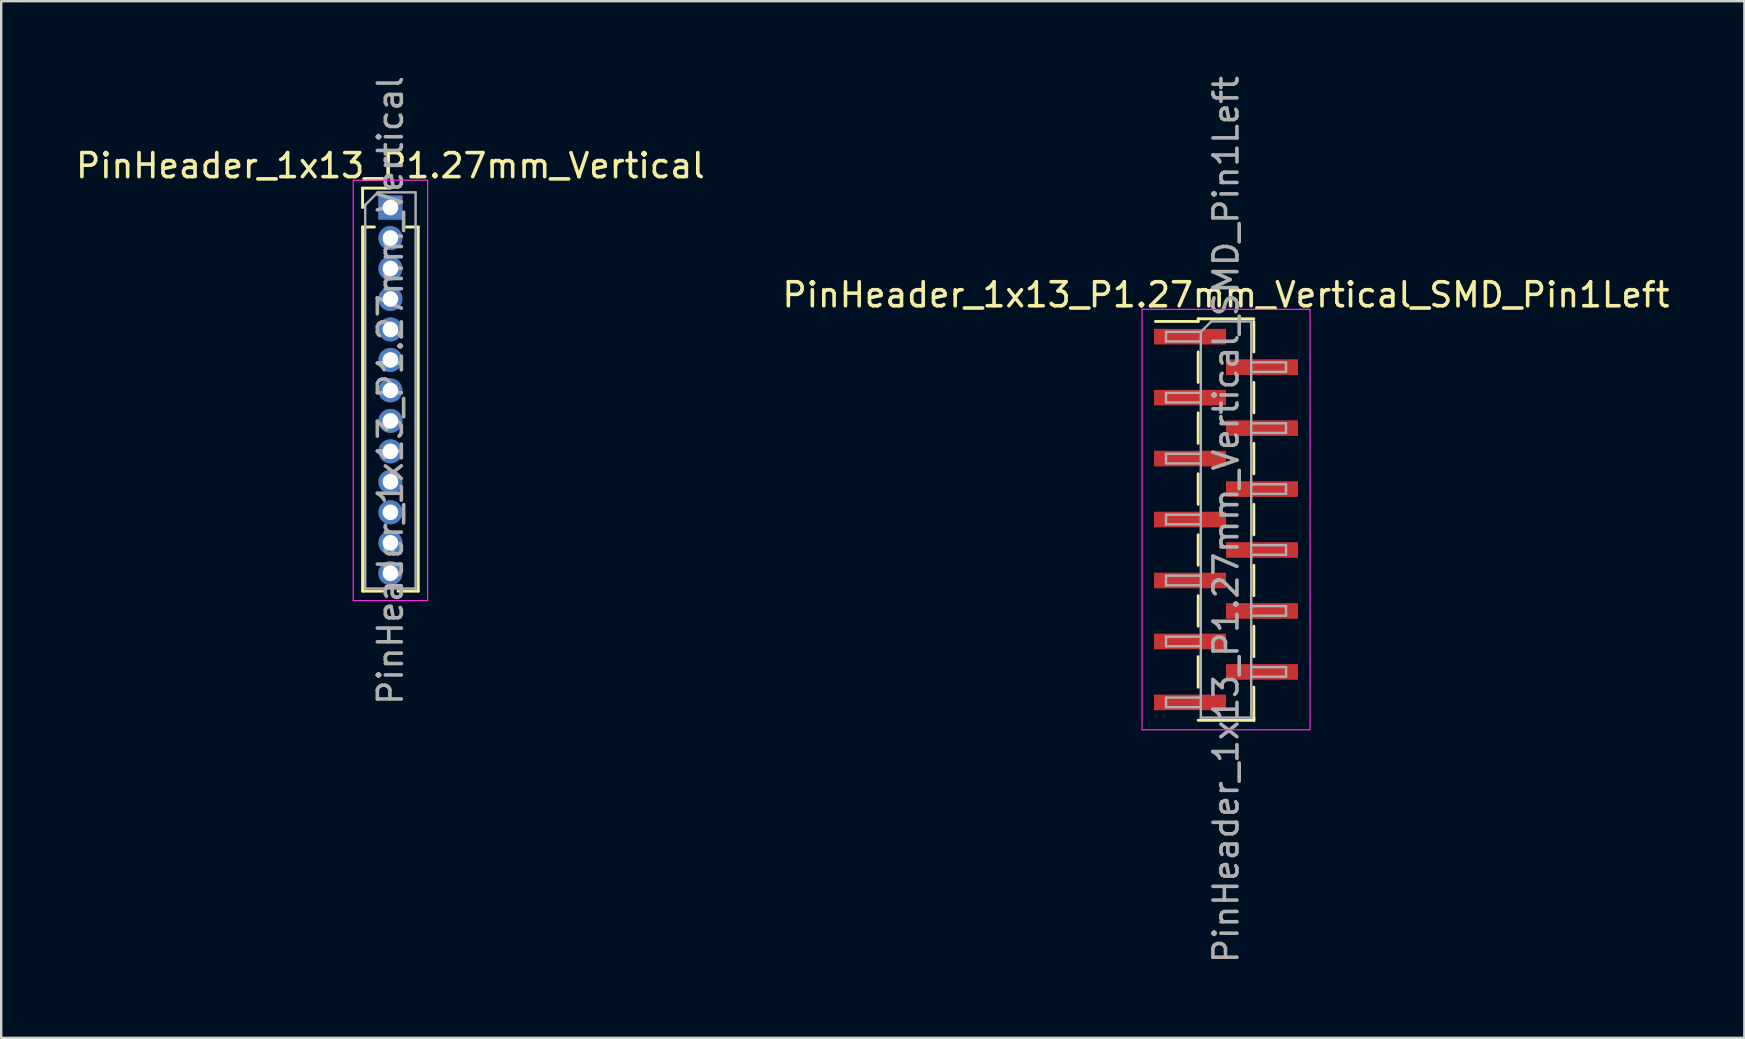
<source format=kicad_pcb>
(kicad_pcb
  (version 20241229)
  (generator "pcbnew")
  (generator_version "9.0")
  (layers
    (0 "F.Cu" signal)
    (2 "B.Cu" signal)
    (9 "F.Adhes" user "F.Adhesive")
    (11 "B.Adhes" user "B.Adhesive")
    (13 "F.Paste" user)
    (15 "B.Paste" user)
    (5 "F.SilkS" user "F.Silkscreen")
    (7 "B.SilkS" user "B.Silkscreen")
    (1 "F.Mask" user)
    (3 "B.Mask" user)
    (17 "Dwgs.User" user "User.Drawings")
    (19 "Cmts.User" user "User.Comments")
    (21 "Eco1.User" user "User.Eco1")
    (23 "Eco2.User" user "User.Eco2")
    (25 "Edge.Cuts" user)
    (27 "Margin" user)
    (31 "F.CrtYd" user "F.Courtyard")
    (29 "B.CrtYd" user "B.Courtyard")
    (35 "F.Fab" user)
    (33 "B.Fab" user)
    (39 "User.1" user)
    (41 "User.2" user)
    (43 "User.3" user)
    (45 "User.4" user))
  (footprint "PinHeader_1x13_P1.27mm_Vertical"
    (layer "F.Cu")
    (at 13.22 5.6)
    (property "Reference" "PinHeader_1x13_P1.27mm_Vertical" (at 0 -1.745 0) (layer "F.SilkS") (effects (font (size 1 1) (thickness 0.15))))
    (attr through_hole)
    (fp_line (start -1.16 -0.81) (end 0 -0.81) (stroke (width 0.12) (type solid)) (layer "F.SilkS"))
    (fp_line (start -1.16 0) (end -1.16 -0.81) (stroke (width 0.12) (type solid)) (layer "F.SilkS"))
    (fp_line (start -1.16 0.81) (end -1.16 15.985) (stroke (width 0.12) (type solid)) (layer "F.SilkS"))
    (fp_line (start -1.16 0.81) (end -0.667 0.81) (stroke (width 0.12) (type solid)) (layer "F.SilkS"))
    (fp_line (start -1.16 15.985) (end -0.318 15.985) (stroke (width 0.12) (type solid)) (layer "F.SilkS"))
    (fp_line (start 0.318 15.985) (end 1.16 15.985) (stroke (width 0.12) (type solid)) (layer "F.SilkS"))
    (fp_line (start 0.667 0.81) (end 1.16 0.81) (stroke (width 0.12) (type solid)) (layer "F.SilkS"))
    (fp_line (start 1.16 0.81) (end 1.16 15.985) (stroke (width 0.12) (type solid)) (layer "F.SilkS"))
    (fp_line (start -1.55 -1.14) (end -1.55 16.38) (stroke (width 0.05) (type solid)) (layer "F.CrtYd"))
    (fp_line (start -1.55 16.38) (end 1.55 16.38) (stroke (width 0.05) (type solid)) (layer "F.CrtYd"))
    (fp_line (start 1.55 -1.14) (end -1.55 -1.14) (stroke (width 0.05) (type solid)) (layer "F.CrtYd"))
    (fp_line (start 1.55 16.38) (end 1.55 -1.14) (stroke (width 0.05) (type solid)) (layer "F.CrtYd"))
    (fp_line (start -1.05 -0.11) (end -0.525 -0.635) (stroke (width 0.1) (type solid)) (layer "F.Fab"))
    (fp_line (start -1.05 15.875) (end -1.05 -0.11) (stroke (width 0.1) (type solid)) (layer "F.Fab"))
    (fp_line (start -0.525 -0.635) (end 1.05 -0.635) (stroke (width 0.1) (type solid)) (layer "F.Fab"))
    (fp_line (start 1.05 -0.635) (end 1.05 15.875) (stroke (width 0.1) (type solid)) (layer "F.Fab"))
    (fp_line (start 1.05 15.875) (end -1.05 15.875) (stroke (width 0.1) (type solid)) (layer "F.Fab"))
    (fp_text user "${REFERENCE}" (at 0 7.62 90) (layer "F.Fab") (effects (font (size 1 1) (thickness 0.15))))
    (pad "1" thru_hole rect (at 0 0) (size 1 1) (drill 0.65) (layers "*.Cu" "*.Mask"))
    (pad "2" thru_hole circle (at 0 1.27) (size 1 1) (drill 0.65) (layers "*.Cu" "*.Mask"))
    (pad "3" thru_hole circle (at 0 2.54) (size 1 1) (drill 0.65) (layers "*.Cu" "*.Mask"))
    (pad "4" thru_hole circle (at 0 3.81) (size 1 1) (drill 0.65) (layers "*.Cu" "*.Mask"))
    (pad "5" thru_hole circle (at 0 5.08) (size 1 1) (drill 0.65) (layers "*.Cu" "*.Mask"))
    (pad "6" thru_hole circle (at 0 6.35) (size 1 1) (drill 0.65) (layers "*.Cu" "*.Mask"))
    (pad "7" thru_hole circle (at 0 7.62) (size 1 1) (drill 0.65) (layers "*.Cu" "*.Mask"))
    (pad "8" thru_hole circle (at 0 8.89) (size 1 1) (drill 0.65) (layers "*.Cu" "*.Mask"))
    (pad "9" thru_hole circle (at 0 10.16) (size 1 1) (drill 0.65) (layers "*.Cu" "*.Mask"))
    (pad "10" thru_hole circle (at 0 11.43) (size 1 1) (drill 0.65) (layers "*.Cu" "*.Mask"))
    (pad "11" thru_hole circle (at 0 12.7) (size 1 1) (drill 0.65) (layers "*.Cu" "*.Mask"))
    (pad "12" thru_hole circle (at 0 13.97) (size 1 1) (drill 0.65) (layers "*.Cu" "*.Mask"))
    (pad "13" thru_hole circle (at 0 15.24) (size 1 1) (drill 0.65) (layers "*.Cu" "*.Mask")))
  (footprint "PinHeader_1x13_P1.27mm_Vertical_SMD_Pin1Left"
    (layer "F.Cu")
    (at 48.042 18.601)
    (property "Reference" "PinHeader_1x13_P1.27mm_Vertical_SMD_Pin1Left" (at 0 -9.365 0) (layer "F.SilkS") (effects (font (size 1 1) (thickness 0.15))))
    (attr smd)
    (fp_line (start -1.16 -8.365) (end -1.16 -8.255) (stroke (width 0.12) (type solid)) (layer "F.SilkS"))
    (fp_line (start -1.16 -8.365) (end 1.16 -8.365) (stroke (width 0.12) (type solid)) (layer "F.SilkS"))
    (fp_line (start -1.16 -8.255) (end -2.94 -8.255) (stroke (width 0.12) (type solid)) (layer "F.SilkS"))
    (fp_line (start -1.16 -6.985) (end -1.16 -5.715) (stroke (width 0.12) (type solid)) (layer "F.SilkS"))
    (fp_line (start -1.16 -4.445) (end -1.16 -3.175) (stroke (width 0.12) (type solid)) (layer "F.SilkS"))
    (fp_line (start -1.16 -1.905) (end -1.16 -0.635) (stroke (width 0.12) (type solid)) (layer "F.SilkS"))
    (fp_line (start -1.16 0.635) (end -1.16 1.905) (stroke (width 0.12) (type solid)) (layer "F.SilkS"))
    (fp_line (start -1.16 3.175) (end -1.16 4.445) (stroke (width 0.12) (type solid)) (layer "F.SilkS"))
    (fp_line (start -1.16 5.715) (end -1.16 6.985) (stroke (width 0.12) (type solid)) (layer "F.SilkS"))
    (fp_line (start -1.16 8.365) (end 1.16 8.365) (stroke (width 0.12) (type solid)) (layer "F.SilkS"))
    (fp_line (start 1.16 -8.255) (end 1.16 -6.985) (stroke (width 0.12) (type solid)) (layer "F.SilkS"))
    (fp_line (start 1.16 -5.715) (end 1.16 -4.445) (stroke (width 0.12) (type solid)) (layer "F.SilkS"))
    (fp_line (start 1.16 -3.175) (end 1.16 -1.905) (stroke (width 0.12) (type solid)) (layer "F.SilkS"))
    (fp_line (start 1.16 -0.635) (end 1.16 0.635) (stroke (width 0.12) (type solid)) (layer "F.SilkS"))
    (fp_line (start 1.16 1.905) (end 1.16 3.175) (stroke (width 0.12) (type solid)) (layer "F.SilkS"))
    (fp_line (start 1.16 4.445) (end 1.16 5.715) (stroke (width 0.12) (type solid)) (layer "F.SilkS"))
    (fp_line (start 1.16 6.985) (end 1.16 8.365) (stroke (width 0.12) (type solid)) (layer "F.SilkS"))
    (fp_line (start 1.16 8.255) (end 1.16 8.365) (stroke (width 0.12) (type solid)) (layer "F.SilkS"))
    (fp_line (start -3.5 -8.76) (end -3.5 8.76) (stroke (width 0.05) (type solid)) (layer "F.CrtYd"))
    (fp_line (start -3.5 8.76) (end 3.5 8.76) (stroke (width 0.05) (type solid)) (layer "F.CrtYd"))
    (fp_line (start 3.5 -8.76) (end -3.5 -8.76) (stroke (width 0.05) (type solid)) (layer "F.CrtYd"))
    (fp_line (start 3.5 8.76) (end 3.5 -8.76) (stroke (width 0.05) (type solid)) (layer "F.CrtYd"))
    (fp_line (start -2.5 -7.82) (end -2.5 -7.42) (stroke (width 0.1) (type solid)) (layer "F.Fab"))
    (fp_line (start -2.5 -7.42) (end -1.05 -7.42) (stroke (width 0.1) (type solid)) (layer "F.Fab"))
    (fp_line (start -2.5 -5.28) (end -2.5 -4.88) (stroke (width 0.1) (type solid)) (layer "F.Fab"))
    (fp_line (start -2.5 -4.88) (end -1.05 -4.88) (stroke (width 0.1) (type solid)) (layer "F.Fab"))
    (fp_line (start -2.5 -2.74) (end -2.5 -2.34) (stroke (width 0.1) (type solid)) (layer "F.Fab"))
    (fp_line (start -2.5 -2.34) (end -1.05 -2.34) (stroke (width 0.1) (type solid)) (layer "F.Fab"))
    (fp_line (start -2.5 -0.2) (end -2.5 0.2) (stroke (width 0.1) (type solid)) (layer "F.Fab"))
    (fp_line (start -2.5 0.2) (end -1.05 0.2) (stroke (width 0.1) (type solid)) (layer "F.Fab"))
    (fp_line (start -2.5 2.34) (end -2.5 2.74) (stroke (width 0.1) (type solid)) (layer "F.Fab"))
    (fp_line (start -2.5 2.74) (end -1.05 2.74) (stroke (width 0.1) (type solid)) (layer "F.Fab"))
    (fp_line (start -2.5 4.88) (end -2.5 5.28) (stroke (width 0.1) (type solid)) (layer "F.Fab"))
    (fp_line (start -2.5 5.28) (end -1.05 5.28) (stroke (width 0.1) (type solid)) (layer "F.Fab"))
    (fp_line (start -2.5 7.42) (end -2.5 7.82) (stroke (width 0.1) (type solid)) (layer "F.Fab"))
    (fp_line (start -2.5 7.82) (end -1.05 7.82) (stroke (width 0.1) (type solid)) (layer "F.Fab"))
    (fp_line (start -1.05 -7.82) (end -2.5 -7.82) (stroke (width 0.1) (type solid)) (layer "F.Fab"))
    (fp_line (start -1.05 -7.82) (end -0.615 -8.255) (stroke (width 0.1) (type solid)) (layer "F.Fab"))
    (fp_line (start -1.05 -5.28) (end -2.5 -5.28) (stroke (width 0.1) (type solid)) (layer "F.Fab"))
    (fp_line (start -1.05 -2.74) (end -2.5 -2.74) (stroke (width 0.1) (type solid)) (layer "F.Fab"))
    (fp_line (start -1.05 -0.2) (end -2.5 -0.2) (stroke (width 0.1) (type solid)) (layer "F.Fab"))
    (fp_line (start -1.05 2.34) (end -2.5 2.34) (stroke (width 0.1) (type solid)) (layer "F.Fab"))
    (fp_line (start -1.05 4.88) (end -2.5 4.88) (stroke (width 0.1) (type solid)) (layer "F.Fab"))
    (fp_line (start -1.05 7.42) (end -2.5 7.42) (stroke (width 0.1) (type solid)) (layer "F.Fab"))
    (fp_line (start -1.05 8.255) (end -1.05 -7.82) (stroke (width 0.1) (type solid)) (layer "F.Fab"))
    (fp_line (start -0.615 -8.255) (end 1.05 -8.255) (stroke (width 0.1) (type solid)) (layer "F.Fab"))
    (fp_line (start 1.05 -8.255) (end 1.05 8.255) (stroke (width 0.1) (type solid)) (layer "F.Fab"))
    (fp_line (start 1.05 -6.55) (end 2.5 -6.55) (stroke (width 0.1) (type solid)) (layer "F.Fab"))
    (fp_line (start 1.05 -4.01) (end 2.5 -4.01) (stroke (width 0.1) (type solid)) (layer "F.Fab"))
    (fp_line (start 1.05 -1.47) (end 2.5 -1.47) (stroke (width 0.1) (type solid)) (layer "F.Fab"))
    (fp_line (start 1.05 1.07) (end 2.5 1.07) (stroke (width 0.1) (type solid)) (layer "F.Fab"))
    (fp_line (start 1.05 3.61) (end 2.5 3.61) (stroke (width 0.1) (type solid)) (layer "F.Fab"))
    (fp_line (start 1.05 6.15) (end 2.5 6.15) (stroke (width 0.1) (type solid)) (layer "F.Fab"))
    (fp_line (start 1.05 8.255) (end -1.05 8.255) (stroke (width 0.1) (type solid)) (layer "F.Fab"))
    (fp_line (start 2.5 -6.55) (end 2.5 -6.15) (stroke (width 0.1) (type solid)) (layer "F.Fab"))
    (fp_line (start 2.5 -6.15) (end 1.05 -6.15) (stroke (width 0.1) (type solid)) (layer "F.Fab"))
    (fp_line (start 2.5 -4.01) (end 2.5 -3.61) (stroke (width 0.1) (type solid)) (layer "F.Fab"))
    (fp_line (start 2.5 -3.61) (end 1.05 -3.61) (stroke (width 0.1) (type solid)) (layer "F.Fab"))
    (fp_line (start 2.5 -1.47) (end 2.5 -1.07) (stroke (width 0.1) (type solid)) (layer "F.Fab"))
    (fp_line (start 2.5 -1.07) (end 1.05 -1.07) (stroke (width 0.1) (type solid)) (layer "F.Fab"))
    (fp_line (start 2.5 1.07) (end 2.5 1.47) (stroke (width 0.1) (type solid)) (layer "F.Fab"))
    (fp_line (start 2.5 1.47) (end 1.05 1.47) (stroke (width 0.1) (type solid)) (layer "F.Fab"))
    (fp_line (start 2.5 3.61) (end 2.5 4.01) (stroke (width 0.1) (type solid)) (layer "F.Fab"))
    (fp_line (start 2.5 4.01) (end 1.05 4.01) (stroke (width 0.1) (type solid)) (layer "F.Fab"))
    (fp_line (start 2.5 6.15) (end 2.5 6.55) (stroke (width 0.1) (type solid)) (layer "F.Fab"))
    (fp_line (start 2.5 6.55) (end 1.05 6.55) (stroke (width 0.1) (type solid)) (layer "F.Fab"))
    (fp_text user "${REFERENCE}" (at 0 0 90) (layer "F.Fab") (effects (font (size 1 1) (thickness 0.15))))
    (pad "1" smd rect (at -1.5 -7.62) (size 3 0.65) (layers "F.Cu" "F.Mask" "F.Paste"))
    (pad "2" smd rect (at 1.5 -6.35) (size 3 0.65) (layers "F.Cu" "F.Mask" "F.Paste"))
    (pad "3" smd rect (at -1.5 -5.08) (size 3 0.65) (layers "F.Cu" "F.Mask" "F.Paste"))
    (pad "4" smd rect (at 1.5 -3.81) (size 3 0.65) (layers "F.Cu" "F.Mask" "F.Paste"))
    (pad "5" smd rect (at -1.5 -2.54) (size 3 0.65) (layers "F.Cu" "F.Mask" "F.Paste"))
    (pad "6" smd rect (at 1.5 -1.27) (size 3 0.65) (layers "F.Cu" "F.Mask" "F.Paste"))
    (pad "7" smd rect (at -1.5 0) (size 3 0.65) (layers "F.Cu" "F.Mask" "F.Paste"))
    (pad "8" smd rect (at 1.5 1.27) (size 3 0.65) (layers "F.Cu" "F.Mask" "F.Paste"))
    (pad "9" smd rect (at -1.5 2.54) (size 3 0.65) (layers "F.Cu" "F.Mask" "F.Paste"))
    (pad "10" smd rect (at 1.5 3.81) (size 3 0.65) (layers "F.Cu" "F.Mask" "F.Paste"))
    (pad "11" smd rect (at -1.5 5.08) (size 3 0.65) (layers "F.Cu" "F.Mask" "F.Paste"))
    (pad "12" smd rect (at 1.5 6.35) (size 3 0.65) (layers "F.Cu" "F.Mask" "F.Paste"))
    (pad "13" smd rect (at -1.5 7.62) (size 3 0.65) (layers "F.Cu" "F.Mask" "F.Paste")))
  (gr_rect
    (start -3 -3)
    (end 69.643 40.202)
    (stroke (width 0.1) (type default))
    (fill no)
    (layer "Edge.Cuts")))
</source>
